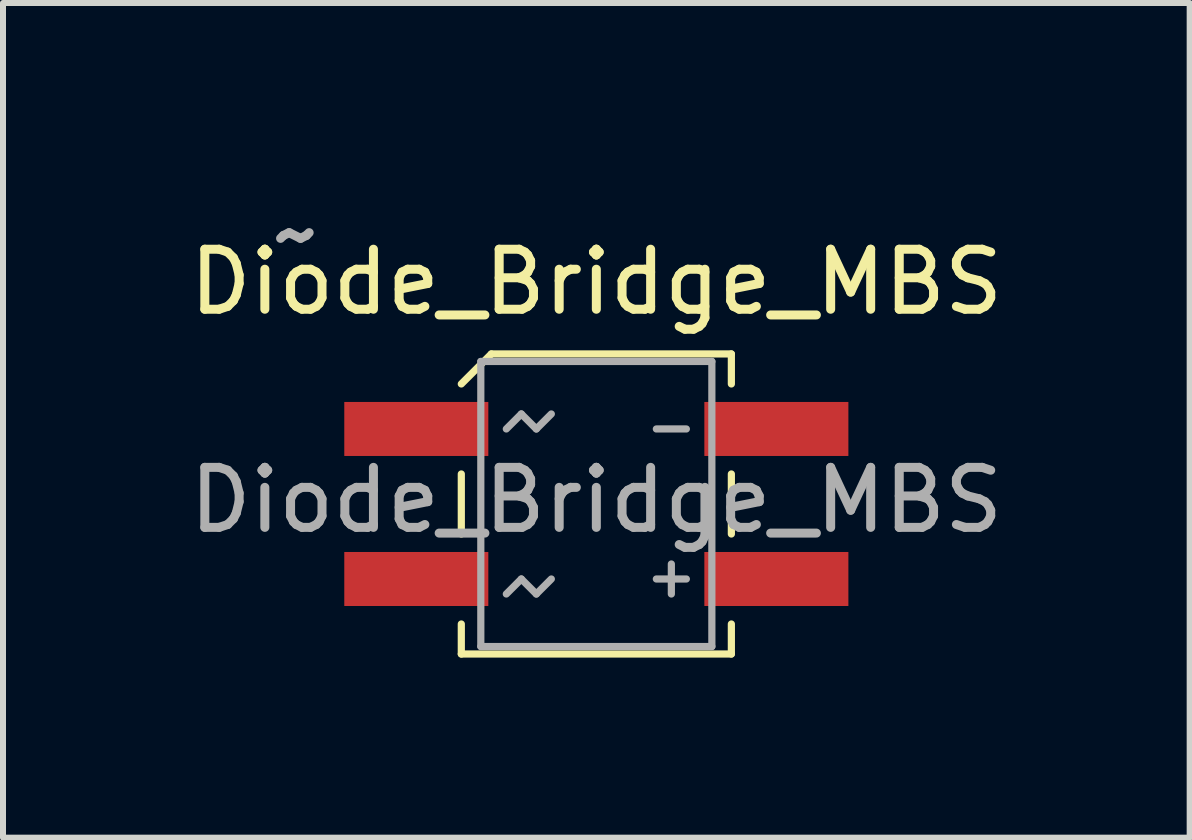
<source format=kicad_pcb>
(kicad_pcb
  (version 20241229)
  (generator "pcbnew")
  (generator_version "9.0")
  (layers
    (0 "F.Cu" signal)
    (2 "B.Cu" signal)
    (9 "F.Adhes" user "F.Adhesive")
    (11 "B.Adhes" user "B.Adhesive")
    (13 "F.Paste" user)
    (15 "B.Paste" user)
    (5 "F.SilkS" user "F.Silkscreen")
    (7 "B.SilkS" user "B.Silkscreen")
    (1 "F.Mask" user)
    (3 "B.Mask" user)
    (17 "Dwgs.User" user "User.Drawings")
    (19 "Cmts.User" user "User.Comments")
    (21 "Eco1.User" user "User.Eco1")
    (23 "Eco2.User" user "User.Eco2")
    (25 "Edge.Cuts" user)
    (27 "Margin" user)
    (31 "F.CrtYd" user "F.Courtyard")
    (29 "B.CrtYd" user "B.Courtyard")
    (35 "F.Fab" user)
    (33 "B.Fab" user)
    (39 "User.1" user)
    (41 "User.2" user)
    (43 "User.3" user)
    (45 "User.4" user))
  (footprint "Diode_Bridge_MBS"
    (layer "F.Cu")
    (at 6.887 5.348)
    (property "Reference" "Diode_Bridge_MBS" (at 0 -3.7 0) (layer "F.SilkS") (effects (font (size 1 1) (thickness 0.15))))
    (attr smd)
    (fp_line (start -2.25 0.5) (end -2.25 -0.5) (stroke (width 0.12) (type solid)) (layer "F.SilkS"))
    (fp_line (start -2.25 2.5) (end -2.25 2) (stroke (width 0.12) (type solid)) (layer "F.SilkS"))
    (fp_line (start -1.75 -2.5) (end -2.25 -2) (stroke (width 0.12) (type solid)) (layer "F.SilkS"))
    (fp_line (start -1.75 -2.5) (end 2.25 -2.5) (stroke (width 0.12) (type solid)) (layer "F.SilkS"))
    (fp_line (start 2.25 -2.5) (end 2.25 -2) (stroke (width 0.12) (type solid)) (layer "F.SilkS"))
    (fp_line (start 2.25 -0.5) (end 2.25 0.5) (stroke (width 0.12) (type solid)) (layer "F.SilkS"))
    (fp_line (start 2.25 2) (end 2.25 2.5) (stroke (width 0.12) (type solid)) (layer "F.SilkS"))
    (fp_line (start 2.25 2.5) (end -2.25 2.5) (stroke (width 0.12) (type solid)) (layer "F.SilkS"))
    (fp_line (start -1.925 -2.375) (end -1.925 2.375) (stroke (width 0.12) (type solid)) (layer "F.Fab"))
    (fp_line (start -1.925 2.375) (end 1.925 2.375) (stroke (width 0.12) (type solid)) (layer "F.Fab"))
    (fp_line (start -1.5 -1.25) (end -1.25 -1.5) (stroke (width 0.12) (type solid)) (layer "F.Fab"))
    (fp_line (start -1.5 1.5) (end -1.25 1.25) (stroke (width 0.12) (type solid)) (layer "F.Fab"))
    (fp_line (start -1.25 -1.5) (end -1 -1.25) (stroke (width 0.12) (type solid)) (layer "F.Fab"))
    (fp_line (start -1.25 1.25) (end -1 1.5) (stroke (width 0.12) (type solid)) (layer "F.Fab"))
    (fp_line (start -1 -1.25) (end -0.75 -1.5) (stroke (width 0.12) (type solid)) (layer "F.Fab"))
    (fp_line (start -1 1.5) (end -0.75 1.25) (stroke (width 0.12) (type solid)) (layer "F.Fab"))
    (fp_line (start 1 -1.25) (end 1.5 -1.25) (stroke (width 0.12) (type solid)) (layer "F.Fab"))
    (fp_line (start 1 1.25) (end 1.5 1.25) (stroke (width 0.12) (type solid)) (layer "F.Fab"))
    (fp_line (start 1.25 1) (end 1.25 1.5) (stroke (width 0.12) (type solid)) (layer "F.Fab"))
    (fp_line (start 1.925 -2.375) (end -1.925 -2.375) (stroke (width 0.12) (type solid)) (layer "F.Fab"))
    (fp_line (start 1.925 2.375) (end 1.925 -2.375) (stroke (width 0.12) (type solid)) (layer "F.Fab"))
    (fp_text user "${REFERENCE}" (at 0 -0.065 0) (layer "F.Fab") (effects (font (size 1 1) (thickness 0.15))))
    (fp_text user "~" (at -5 -4.5 0) (layer "F.Fab") (effects (font (size 1 1) (thickness 0.15))))
    (pad "1" smd rect (at -3 -1.25) (size 2.4 0.9) (layers "F.Cu" "F.Mask" "F.Paste"))
    (pad "2" smd rect (at -3 1.25) (size 2.4 0.9) (layers "F.Cu" "F.Mask" "F.Paste"))
    (pad "3" smd rect (at 3 1.25) (size 2.4 0.9) (layers "F.Cu" "F.Mask" "F.Paste"))
    (pad "4" smd rect (at 3 -1.25) (size 2.4 0.9) (layers "F.Cu" "F.Mask" "F.Paste")))
  (gr_rect
    (start -3 -3)
    (end 16.774 10.908)
    (stroke (width 0.1) (type default))
    (fill no)
    (layer "Edge.Cuts")))
</source>
